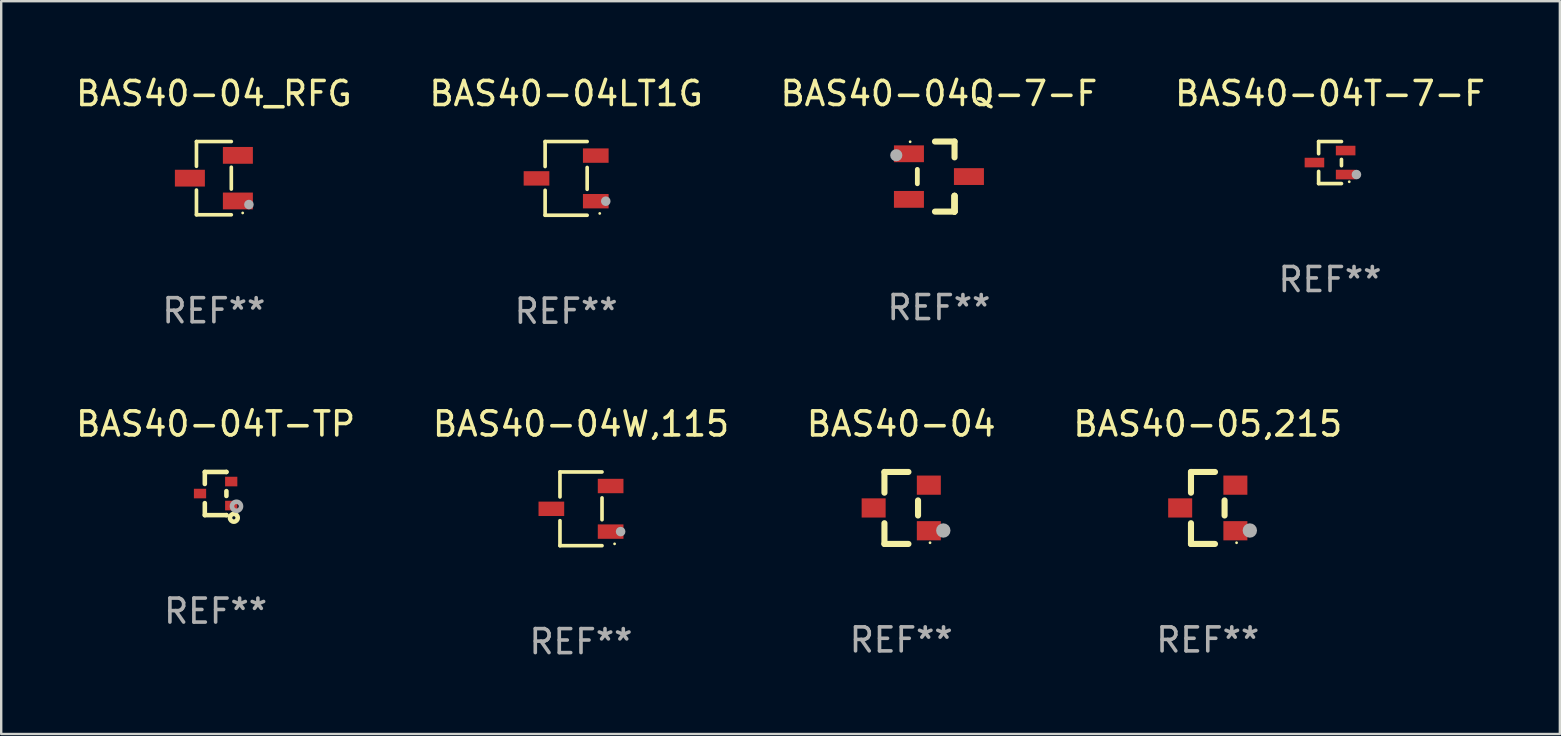
<source format=kicad_pcb>
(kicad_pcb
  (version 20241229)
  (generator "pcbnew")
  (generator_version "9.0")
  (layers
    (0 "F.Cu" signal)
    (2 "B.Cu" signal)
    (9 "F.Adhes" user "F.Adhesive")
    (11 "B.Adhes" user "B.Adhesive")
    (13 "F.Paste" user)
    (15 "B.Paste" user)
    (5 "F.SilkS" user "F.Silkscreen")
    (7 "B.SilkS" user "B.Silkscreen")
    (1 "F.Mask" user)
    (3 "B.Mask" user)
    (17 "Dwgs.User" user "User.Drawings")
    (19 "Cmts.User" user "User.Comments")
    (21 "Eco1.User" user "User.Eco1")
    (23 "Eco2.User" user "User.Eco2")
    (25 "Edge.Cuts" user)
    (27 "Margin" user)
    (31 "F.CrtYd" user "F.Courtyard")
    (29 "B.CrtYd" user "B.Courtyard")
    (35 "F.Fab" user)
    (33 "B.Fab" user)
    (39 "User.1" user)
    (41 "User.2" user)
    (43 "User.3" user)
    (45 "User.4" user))
  (footprint "BAS40-04T-TP"
    (layer "F.Cu")
    (at 5.935 17.517)
    (property "Reference" "BAS40-04T-TP" (at 0 -2.9 0) (layer "F.SilkS") (effects (font (size 1 1) (thickness 0.15))))
    (attr through_hole)
    (fp_line (start -0.45 -0.9) (end 0.45 -0.9) (stroke (width 0.19) (type solid)) (layer "F.SilkS"))
    (fp_line (start -0.45 -0.399) (end -0.45 -0.9) (stroke (width 0.19) (type solid)) (layer "F.SilkS"))
    (fp_line (start -0.45 0.9) (end -0.45 0.399) (stroke (width 0.19) (type solid)) (layer "F.SilkS"))
    (fp_line (start -0.45 0.9) (end 0.45 0.9) (stroke (width 0.19) (type solid)) (layer "F.SilkS"))
    (fp_line (start 0.45 -0.899) (end 0.45 -0.9) (stroke (width 0.19) (type solid)) (layer "F.SilkS"))
    (fp_line (start 0.45 0.101) (end 0.45 -0.101) (stroke (width 0.19) (type solid)) (layer "F.SilkS"))
    (fp_line (start 0.45 0.9) (end 0.45 0.899) (stroke (width 0.19) (type solid)) (layer "F.SilkS"))
    (fp_circle (center 0.76 1.01) (end 0.827 1.01) (stroke (width 0.19) (type solid)) (fill no) (layer "F.SilkS"))
    (fp_circle (center 0.8 0.8) (end 0.81 0.8) (stroke (width 0.02) (type solid)) (fill no) (layer "F.SilkS"))
    (fp_circle (center 0.87 0.53) (end 0.964 0.53) (stroke (width 0.19) (type solid)) (fill no) (layer "F.Fab"))
    (fp_text user "REF**" (at 0 4.9 0) (layer "F.Fab") (effects (font (size 1 1) (thickness 0.15))))
    (pad "1" smd rect (at 0.65 0.5 90) (size 0.4 0.51) (layers "F.Cu" "F.Mask" "F.Paste"))
    (pad "2" smd rect (at 0.65 -0.5 90) (size 0.4 0.51) (layers "F.Cu" "F.Mask" "F.Paste"))
    (pad "3" smd rect (at -0.65 0.000127 90) (size 0.4 0.51) (layers "F.Cu" "F.Mask" "F.Paste")))
  (footprint "BAS40-04W,115"
    (layer "F.Cu")
    (at 21.161 18.153)
    (property "Reference" "BAS40-04W,115" (at 0 -3.536 0) (layer "F.SilkS") (effects (font (size 1 1) (thickness 0.15))))
    (attr through_hole)
    (fp_line (start -0.876 -1.536) (end -0.876 -0.495) (stroke (width 0.152) (type solid)) (layer "F.SilkS"))
    (fp_line (start -0.876 1.536) (end -0.876 0.495) (stroke (width 0.152) (type solid)) (layer "F.SilkS"))
    (fp_line (start 0.876 -1.536) (end -0.876 -1.536) (stroke (width 0.152) (type solid)) (layer "F.SilkS"))
    (fp_line (start 0.876 -0.455) (end 0.876 0.455) (stroke (width 0.152) (type solid)) (layer "F.SilkS"))
    (fp_line (start 0.876 1.536) (end -0.876 1.536) (stroke (width 0.152) (type solid)) (layer "F.SilkS"))
    (fp_circle (center 1.4 1.46) (end 1.43 1.46) (stroke (width 0.06) (type solid)) (fill no) (layer "F.SilkS"))
    (fp_circle (center 1.651 0.95) (end 1.751 0.95) (stroke (width 0.2) (type solid)) (fill no) (layer "F.Fab"))
    (fp_text user "REF**" (at 0 5.536 0) (layer "F.Fab") (effects (font (size 1 1) (thickness 0.15))))
    (pad "1" smd rect (at 1.235 0.95) (size 1.07 0.6) (layers "F.Cu" "F.Mask" "F.Paste"))
    (pad "2" smd rect (at 1.235 -0.95) (size 1.07 0.6) (layers "F.Cu" "F.Mask" "F.Paste"))
    (pad "3" smd rect (at -1.235 0) (size 1.07 0.6) (layers "F.Cu" "F.Mask" "F.Paste")))
  (footprint "BAS40-04Q-7-F"
    (layer "F.Cu")
    (at 36.077 4.308)
    (property "Reference" "BAS40-04Q-7-F" (at 0 -3.46 0) (layer "F.SilkS") (effects (font (size 1 1) (thickness 0.15))))
    (attr through_hole)
    (fp_line (start -0.9 -0.3) (end -0.9 0.3) (stroke (width 0.2) (type solid)) (layer "F.SilkS"))
    (fp_line (start -0.165 -1.46) (end 0.65 -1.46) (stroke (width 0.254) (type solid)) (layer "F.SilkS"))
    (fp_line (start 0.65 -1.46) (end 0.65 -0.8) (stroke (width 0.254) (type solid)) (layer "F.SilkS"))
    (fp_line (start 0.65 0.8) (end 0.65 1.46) (stroke (width 0.254) (type solid)) (layer "F.SilkS"))
    (fp_line (start 0.65 0.8) (end 0.65 1.46) (stroke (width 0.254) (type solid)) (layer "F.SilkS"))
    (fp_line (start 0.65 1.46) (end -0.165 1.46) (stroke (width 0.254) (type solid)) (layer "F.SilkS"))
    (fp_line (start 0.65 1.46) (end 0.65 0.8) (stroke (width 0.254) (type solid)) (layer "F.SilkS"))
    (fp_circle (center -1.2 -1.45) (end -1.17 -1.45) (stroke (width 0.06) (type solid)) (fill no) (layer "F.SilkS"))
    (fp_circle (center -1.778 -0.889) (end -1.651 -0.889) (stroke (width 0.254) (type solid)) (fill no) (layer "F.Fab"))
    (fp_text user "REF**" (at 0 5.46 0) (layer "F.Fab") (effects (font (size 1 1) (thickness 0.15))))
    (pad "1" smd rect (at -1.25 -0.95 90) (size 0.7 1.25) (layers "F.Cu" "F.Mask" "F.Paste"))
    (pad "2" smd rect (at -1.25 0.95 90) (size 0.7 1.25) (layers "F.Cu" "F.Mask" "F.Paste"))
    (pad "3" smd rect (at 1.25 -0.000051 90) (size 0.7 1.25) (layers "F.Cu" "F.Mask" "F.Paste")))
  (footprint "BAS40-04"
    (layer "F.Cu")
    (at 34.506 18.117)
    (property "Reference" "BAS40-04" (at 0 -3.5 0) (layer "F.SilkS") (effects (font (size 1 1) (thickness 0.15))))
    (attr through_hole)
    (fp_line (start -0.7 -1.5) (end 0.3 -1.5) (stroke (width 0.254) (type solid)) (layer "F.SilkS"))
    (fp_line (start -0.7 -0.636) (end -0.7 -1.5) (stroke (width 0.254) (type solid)) (layer "F.SilkS"))
    (fp_line (start -0.7 1.5) (end -0.7 0.636) (stroke (width 0.254) (type solid)) (layer "F.SilkS"))
    (fp_line (start -0.7 1.5) (end 0.3 1.5) (stroke (width 0.254) (type solid)) (layer "F.SilkS"))
    (fp_line (start 0.7 0.314) (end 0.7 -0.314) (stroke (width 0.254) (type solid)) (layer "F.SilkS"))
    (fp_circle (center 1.2 1.45) (end 1.23 1.45) (stroke (width 0.06) (type solid)) (fill no) (layer "F.SilkS"))
    (fp_circle (center 1.753 0.94) (end 1.903 0.94) (stroke (width 0.3) (type solid)) (fill no) (layer "F.Fab"))
    (fp_text user "REF**" (at 0 5.5 0) (layer "F.Fab") (effects (font (size 1 1) (thickness 0.15))))
    (pad "1" smd rect (at 1.15 0.95 180) (size 1 0.8) (layers "F.Cu" "F.Mask" "F.Paste"))
    (pad "2" smd rect (at 1.15 -0.95 180) (size 1 0.8) (layers "F.Cu" "F.Mask" "F.Paste"))
    (pad "3" smd rect (at -1.15 -0.000051 180) (size 1 0.8) (layers "F.Cu" "F.Mask" "F.Paste")))
  (footprint "BAS40-04T-7-F"
    (layer "F.Cu")
    (at 52.375 3.724)
    (property "Reference" "BAS40-04T-7-F" (at 0 -2.876 0) (layer "F.SilkS") (effects (font (size 1 1) (thickness 0.15))))
    (attr through_hole)
    (fp_line (start -0.476 -0.876) (end -0.476 -0.369) (stroke (width 0.152) (type solid)) (layer "F.SilkS"))
    (fp_line (start -0.476 0.876) (end -0.476 0.369) (stroke (width 0.152) (type solid)) (layer "F.SilkS"))
    (fp_line (start 0.476 -0.876) (end -0.476 -0.876) (stroke (width 0.152) (type solid)) (layer "F.SilkS"))
    (fp_line (start 0.476 -0.131) (end 0.476 0.131) (stroke (width 0.152) (type solid)) (layer "F.SilkS"))
    (fp_line (start 0.476 0.876) (end -0.476 0.876) (stroke (width 0.152) (type solid)) (layer "F.SilkS"))
    (fp_circle (center 0.8 0.8) (end 0.83 0.8) (stroke (width 0.06) (type solid)) (fill no) (layer "F.SilkS"))
    (fp_circle (center 1.1 0.5) (end 1.2 0.5) (stroke (width 0.2) (type solid)) (fill no) (layer "F.Fab"))
    (fp_text user "REF**" (at 0 4.876 0) (layer "F.Fab") (effects (font (size 1 1) (thickness 0.15))))
    (pad "1" smd rect (at 0.65 0.5) (size 0.816 0.4) (layers "F.Cu" "F.Mask" "F.Paste"))
    (pad "2" smd rect (at 0.65 -0.5) (size 0.816 0.4) (layers "F.Cu" "F.Mask" "F.Paste"))
    (pad "3" smd rect (at -0.65 0) (size 0.816 0.4) (layers "F.Cu" "F.Mask" "F.Paste")))
  (footprint "BAS40-04_RFG"
    (layer "F.Cu")
    (at 5.863 4.374)
    (property "Reference" "BAS40-04_RFG" (at 0 -3.526 0) (layer "F.SilkS") (effects (font (size 1 1) (thickness 0.15))))
    (attr through_hole)
    (fp_line (start -0.726 -1.526) (end -0.726 -0.495) (stroke (width 0.152) (type solid)) (layer "F.SilkS"))
    (fp_line (start -0.726 1.526) (end -0.726 0.495) (stroke (width 0.152) (type solid)) (layer "F.SilkS"))
    (fp_line (start 0.726 -1.526) (end -0.726 -1.526) (stroke (width 0.152) (type solid)) (layer "F.SilkS"))
    (fp_line (start 0.726 -0.455) (end 0.726 0.455) (stroke (width 0.152) (type solid)) (layer "F.SilkS"))
    (fp_line (start 0.726 1.526) (end -0.726 1.526) (stroke (width 0.152) (type solid)) (layer "F.SilkS"))
    (fp_circle (center 1.2 1.45) (end 1.23 1.45) (stroke (width 0.06) (type solid)) (fill no) (layer "F.SilkS"))
    (fp_circle (center 1.46 1.1) (end 1.56 1.1) (stroke (width 0.2) (type solid)) (fill no) (layer "F.Fab"))
    (fp_text user "REF**" (at 0 5.526 0) (layer "F.Fab") (effects (font (size 1 1) (thickness 0.15))))
    (pad "1" smd rect (at 1 0.95) (size 1.25 0.7) (layers "F.Cu" "F.Mask" "F.Paste"))
    (pad "2" smd rect (at 1 -0.95) (size 1.25 0.7) (layers "F.Cu" "F.Mask" "F.Paste"))
    (pad "3" smd rect (at -1 0) (size 1.25 0.7) (layers "F.Cu" "F.Mask" "F.Paste")))
  (footprint "BAS40-04LT1G"
    (layer "F.Cu")
    (at 20.542 4.384)
    (property "Reference" "BAS40-04LT1G" (at 0 -3.536 0) (layer "F.SilkS") (effects (font (size 1 1) (thickness 0.15))))
    (attr through_hole)
    (fp_line (start -0.876 -1.536) (end -0.876 -0.495) (stroke (width 0.152) (type solid)) (layer "F.SilkS"))
    (fp_line (start -0.876 1.536) (end -0.876 0.495) (stroke (width 0.152) (type solid)) (layer "F.SilkS"))
    (fp_line (start 0.876 -1.536) (end -0.876 -1.536) (stroke (width 0.152) (type solid)) (layer "F.SilkS"))
    (fp_line (start 0.876 -0.455) (end 0.876 0.455) (stroke (width 0.152) (type solid)) (layer "F.SilkS"))
    (fp_line (start 0.876 1.536) (end -0.876 1.536) (stroke (width 0.152) (type solid)) (layer "F.SilkS"))
    (fp_circle (center 1.4 1.46) (end 1.43 1.46) (stroke (width 0.06) (type solid)) (fill no) (layer "F.SilkS"))
    (fp_circle (center 1.651 0.95) (end 1.751 0.95) (stroke (width 0.2) (type solid)) (fill no) (layer "F.Fab"))
    (fp_text user "REF**" (at 0 5.536 0) (layer "F.Fab") (effects (font (size 1 1) (thickness 0.15))))
    (pad "1" smd rect (at 1.235 0.95) (size 1.07 0.6) (layers "F.Cu" "F.Mask" "F.Paste"))
    (pad "2" smd rect (at 1.235 -0.95) (size 1.07 0.6) (layers "F.Cu" "F.Mask" "F.Paste"))
    (pad "3" smd rect (at -1.235 0) (size 1.07 0.6) (layers "F.Cu" "F.Mask" "F.Paste")))
  (footprint "BAS40-05,215"
    (layer "F.Cu")
    (at 47.28 18.117)
    (property "Reference" "BAS40-05,215" (at 0 -3.5 0) (layer "F.SilkS") (effects (font (size 1 1) (thickness 0.15))))
    (attr through_hole)
    (fp_line (start -0.7 -1.5) (end 0.3 -1.5) (stroke (width 0.254) (type solid)) (layer "F.SilkS"))
    (fp_line (start -0.7 -0.636) (end -0.7 -1.5) (stroke (width 0.254) (type solid)) (layer "F.SilkS"))
    (fp_line (start -0.7 1.5) (end -0.7 0.636) (stroke (width 0.254) (type solid)) (layer "F.SilkS"))
    (fp_line (start -0.7 1.5) (end 0.3 1.5) (stroke (width 0.254) (type solid)) (layer "F.SilkS"))
    (fp_line (start 0.7 0.314) (end 0.7 -0.314) (stroke (width 0.254) (type solid)) (layer "F.SilkS"))
    (fp_circle (center 1.2 1.45) (end 1.23 1.45) (stroke (width 0.06) (type solid)) (fill no) (layer "F.SilkS"))
    (fp_circle (center 1.753 0.94) (end 1.903 0.94) (stroke (width 0.3) (type solid)) (fill no) (layer "F.Fab"))
    (fp_text user "REF**" (at 0 5.5 0) (layer "F.Fab") (effects (font (size 1 1) (thickness 0.15))))
    (pad "1" smd rect (at 1.15 0.95 180) (size 1 0.8) (layers "F.Cu" "F.Mask" "F.Paste"))
    (pad "2" smd rect (at 1.15 -0.95 180) (size 1 0.8) (layers "F.Cu" "F.Mask" "F.Paste"))
    (pad "3" smd rect (at -1.15 -0.000051 180) (size 1 0.8) (layers "F.Cu" "F.Mask" "F.Paste")))
  (gr_rect
    (start -3 -3)
    (end 61.952 27.538)
    (stroke (width 0.1) (type default))
    (fill no)
    (layer "Edge.Cuts")))
</source>
